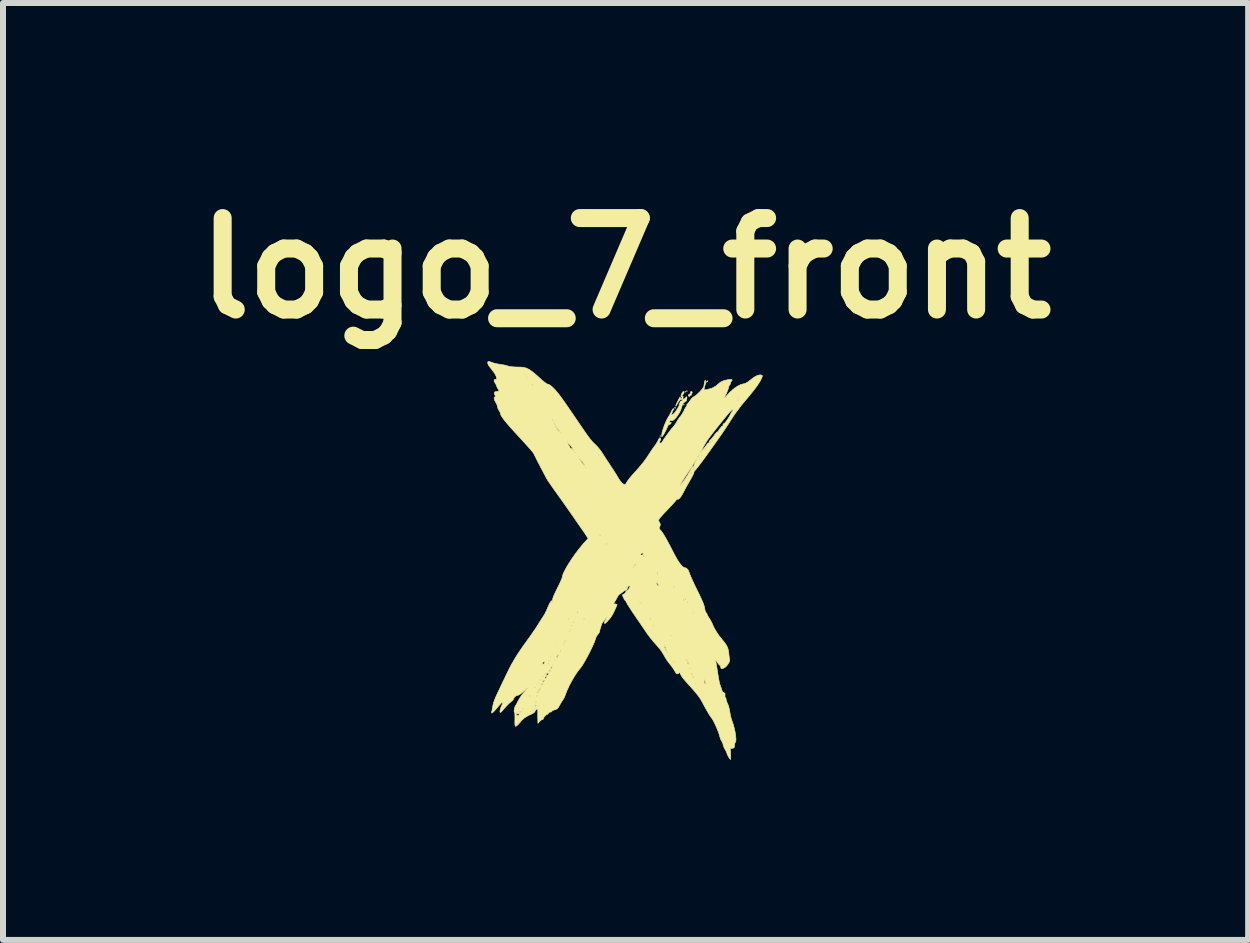
<source format=kicad_pcb>
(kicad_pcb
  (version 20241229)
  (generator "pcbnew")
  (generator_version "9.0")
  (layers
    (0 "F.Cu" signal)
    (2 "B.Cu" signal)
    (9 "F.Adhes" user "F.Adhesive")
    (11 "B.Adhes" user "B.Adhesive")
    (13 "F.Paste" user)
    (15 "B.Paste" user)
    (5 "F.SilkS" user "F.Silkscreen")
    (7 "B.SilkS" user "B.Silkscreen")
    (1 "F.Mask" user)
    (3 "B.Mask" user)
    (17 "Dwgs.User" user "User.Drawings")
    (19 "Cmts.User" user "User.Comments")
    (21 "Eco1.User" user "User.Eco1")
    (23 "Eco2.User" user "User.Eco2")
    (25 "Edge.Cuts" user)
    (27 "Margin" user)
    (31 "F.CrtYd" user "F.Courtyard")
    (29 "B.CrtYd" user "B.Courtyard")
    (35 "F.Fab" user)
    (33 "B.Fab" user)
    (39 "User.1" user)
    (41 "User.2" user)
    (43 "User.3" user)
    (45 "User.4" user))
  (footprint "logo_7_front"
    (layer "F.Cu")
    (at 7.373 6.498)
    (property "Reference" "logo_7_front" (at 0 -5.08 0) (layer "F.SilkS") (effects (font (size 1.524 1.524) (thickness 0.3))))
    (attr through_hole)
    (fp_poly (pts (xy 0.584 -2.283) (xy 0.578 -2.277) (xy 0.572 -2.283) (xy 0.578 -2.289) (xy 0.584 -2.283)) (stroke (width 0.01) (type solid)) (fill yes) (layer "F.SilkS"))
    (fp_poly (pts (xy 0.902 -2.816) (xy 0.895 -2.81) (xy 0.889 -2.816) (xy 0.895 -2.823) (xy 0.902 -2.816)) (stroke (width 0.01) (type solid)) (fill yes) (layer "F.SilkS"))
    (fp_poly (pts (xy 0.978 -2.804) (xy 0.972 -2.797) (xy 0.965 -2.804) (xy 0.972 -2.81) (xy 0.978 -2.804)) (stroke (width 0.01) (type solid)) (fill yes) (layer "F.SilkS"))
    (fp_poly (pts (xy 1.003 -3.02) (xy 0.997 -3.013) (xy 0.991 -3.02) (xy 0.997 -3.026) (xy 1.003 -3.02)) (stroke (width 0.01) (type solid)) (fill yes) (layer "F.SilkS"))
    (fp_poly (pts (xy 1.029 -3.032) (xy 1.022 -3.026) (xy 1.016 -3.032) (xy 1.022 -3.039) (xy 1.029 -3.032)) (stroke (width 0.01) (type solid)) (fill yes) (layer "F.SilkS"))
    (fp_poly (pts (xy 0.834 -2.755) (xy 0.832 -2.747) (xy 0.826 -2.747) (xy 0.815 -2.751) (xy 0.817 -2.755) (xy 0.832 -2.756) (xy 0.834 -2.755)) (stroke (width 0.01) (type solid)) (fill yes) (layer "F.SilkS"))
    (fp_poly (pts (xy 1.368 -3.195) (xy 1.365 -3.191) (xy 1.353 -3.179) (xy 1.351 -3.178) (xy 1.35 -3.187) (xy 1.353 -3.191) (xy 1.365 -3.203) (xy 1.367 -3.204) (xy 1.368 -3.195)) (stroke (width 0.01) (type solid)) (fill yes) (layer "F.SilkS"))
    (fp_poly (pts (xy 1.108 -3.018) (xy 1.111 -3.002) (xy 1.105 -2.994) (xy 1.097 -2.979) (xy 1.099 -2.974) (xy 1.096 -2.964) (xy 1.086 -2.962) (xy 1.071 -2.957) (xy 1.072 -2.952) (xy 1.068 -2.942) (xy 1.061 -2.941) (xy 1.048 -2.951) (xy 1.047 -2.961) (xy 1.059 -2.979) (xy 1.068 -2.982) (xy 1.081 -2.992) (xy 1.082 -3.004) (xy 1.085 -3.022) (xy 1.091 -3.026) (xy 1.108 -3.018)) (stroke (width 0.01) (type solid)) (fill yes) (layer "F.SilkS"))
    (fp_poly (pts (xy 0.977 -3.018) (xy 0.973 -2.998) (xy 0.959 -2.98) (xy 0.944 -2.96) (xy 0.94 -2.945) (xy 0.947 -2.941) (xy 0.952 -2.943) (xy 0.96 -2.941) (xy 0.958 -2.932) (xy 0.954 -2.906) (xy 0.966 -2.896) (xy 0.987 -2.907) (xy 0.99 -2.911) (xy 1.009 -2.93) (xy 1.02 -2.937) (xy 1.023 -2.927) (xy 1.021 -2.904) (xy 1.015 -2.886) (xy 1.014 -2.871) (xy 1.005 -2.861) (xy 0.99 -2.854) (xy 0.964 -2.834) (xy 0.944 -2.794) (xy 0.934 -2.759) (xy 0.92 -2.717) (xy 0.898 -2.671) (xy 0.869 -2.627) (xy 0.839 -2.587) (xy 0.809 -2.557) (xy 0.784 -2.539) (xy 0.765 -2.54) (xy 0.762 -2.543) (xy 0.751 -2.549) (xy 0.738 -2.533) (xy 0.736 -2.53) (xy 0.727 -2.51) (xy 0.733 -2.506) (xy 0.741 -2.509) (xy 0.759 -2.511) (xy 0.762 -2.506) (xy 0.754 -2.49) (xy 0.737 -2.476) (xy 0.723 -2.473) (xy 0.721 -2.474) (xy 0.714 -2.467) (xy 0.701 -2.442) (xy 0.692 -2.421) (xy 0.674 -2.381) (xy 0.651 -2.336) (xy 0.626 -2.296) (xy 0.606 -2.269) (xy 0.605 -2.268) (xy 0.604 -2.277) (xy 0.604 -2.303) (xy 0.604 -2.312) (xy 0.611 -2.351) (xy 0.627 -2.404) (xy 0.648 -2.464) (xy 0.673 -2.523) (xy 0.697 -2.572) (xy 0.712 -2.598) (xy 0.733 -2.631) (xy 0.755 -2.674) (xy 0.762 -2.69) (xy 0.781 -2.726) (xy 0.797 -2.74) (xy 0.802 -2.739) (xy 0.807 -2.727) (xy 0.793 -2.713) (xy 0.779 -2.697) (xy 0.779 -2.687) (xy 0.778 -2.673) (xy 0.766 -2.655) (xy 0.753 -2.637) (xy 0.758 -2.633) (xy 0.784 -2.643) (xy 0.792 -2.646) (xy 0.812 -2.663) (xy 0.837 -2.696) (xy 0.864 -2.736) (xy 0.887 -2.777) (xy 0.903 -2.814) (xy 0.907 -2.838) (xy 0.907 -2.841) (xy 0.912 -2.857) (xy 0.926 -2.864) (xy 0.948 -2.876) (xy 0.95 -2.888) (xy 0.932 -2.894) (xy 0.927 -2.894) (xy 0.903 -2.881) (xy 0.878 -2.847) (xy 0.875 -2.842) (xy 0.852 -2.8) (xy 0.839 -2.781) (xy 0.836 -2.785) (xy 0.846 -2.811) (xy 0.862 -2.846) (xy 0.882 -2.887) (xy 0.899 -2.919) (xy 0.909 -2.935) (xy 0.909 -2.935) (xy 0.913 -2.935) (xy 0.91 -2.929) (xy 0.912 -2.913) (xy 0.921 -2.907) (xy 0.936 -2.909) (xy 0.94 -2.925) (xy 0.931 -2.941) (xy 0.928 -2.943) (xy 0.925 -2.957) (xy 0.933 -2.982) (xy 0.946 -3.008) (xy 0.961 -3.024) (xy 0.966 -3.026) (xy 0.977 -3.018)) (stroke (width 0.01) (type solid)) (fill yes) (layer "F.SilkS"))
    (fp_poly (pts (xy -2.272 -3.525) (xy -2.242 -3.515) (xy -2.228 -3.51) (xy -2.187 -3.496) (xy -2.134 -3.484) (xy -2.102 -3.479) (xy -2.048 -3.471) (xy -1.995 -3.46) (xy -1.97 -3.452) (xy -1.92 -3.44) (xy -1.853 -3.434) (xy -1.798 -3.432) (xy -1.746 -3.431) (xy -1.703 -3.427) (xy -1.663 -3.418) (xy -1.625 -3.402) (xy -1.584 -3.377) (xy -1.535 -3.341) (xy -1.477 -3.291) (xy -1.405 -3.227) (xy -1.389 -3.212) (xy -1.35 -3.18) (xy -1.317 -3.156) (xy -1.295 -3.145) (xy -1.29 -3.144) (xy -1.273 -3.14) (xy -1.245 -3.121) (xy -1.216 -3.096) (xy -1.192 -3.072) (xy -1.168 -3.047) (xy -1.144 -3.019) (xy -1.117 -2.986) (xy -1.087 -2.946) (xy -1.051 -2.897) (xy -1.007 -2.835) (xy -0.955 -2.76) (xy -0.893 -2.67) (xy -0.819 -2.561) (xy -0.781 -2.505) (xy -0.72 -2.416) (xy -0.67 -2.344) (xy -0.631 -2.288) (xy -0.598 -2.244) (xy -0.57 -2.21) (xy -0.545 -2.181) (xy -0.521 -2.157) (xy -0.5 -2.138) (xy -0.463 -2.099) (xy -0.421 -2.048) (xy -0.384 -1.995) (xy -0.381 -1.989) (xy -0.349 -1.939) (xy -0.309 -1.877) (xy -0.266 -1.812) (xy -0.24 -1.773) (xy -0.204 -1.718) (xy -0.17 -1.665) (xy -0.143 -1.622) (xy -0.129 -1.597) (xy -0.097 -1.545) (xy -0.062 -1.503) (xy -0.03 -1.477) (xy -0.023 -1.473) (xy -0.005 -1.475) (xy 0.013 -1.498) (xy 0.019 -1.511) (xy 0.037 -1.539) (xy 0.068 -1.58) (xy 0.106 -1.626) (xy 0.13 -1.652) (xy 0.22 -1.752) (xy 0.294 -1.841) (xy 0.353 -1.922) (xy 0.356 -1.927) (xy 1.198 -1.927) (xy 1.199 -1.921) (xy 1.209 -1.931) (xy 1.219 -1.946) (xy 1.222 -1.953) (xy 1.257 -1.953) (xy 1.264 -1.946) (xy 1.27 -1.953) (xy 1.264 -1.959) (xy 1.257 -1.953) (xy 1.222 -1.953) (xy 1.227 -1.966) (xy 1.226 -1.972) (xy 1.216 -1.962) (xy 1.206 -1.946) (xy 1.198 -1.927) (xy 0.356 -1.927) (xy 0.385 -1.971) (xy 0.404 -1.999) (xy 1.245 -1.999) (xy 1.247 -2.002) (xy 1.265 -2.026) (xy 1.277 -2.042) (xy 1.308 -2.042) (xy 1.314 -2.035) (xy 1.321 -2.042) (xy 1.314 -2.048) (xy 1.308 -2.042) (xy 1.277 -2.042) (xy 1.291 -2.059) (xy 1.298 -2.067) (xy 1.321 -2.067) (xy 1.327 -2.061) (xy 1.333 -2.067) (xy 1.327 -2.073) (xy 1.321 -2.067) (xy 1.298 -2.067) (xy 1.305 -2.077) (xy 1.328 -2.105) (xy 1.346 -2.105) (xy 1.353 -2.099) (xy 1.359 -2.105) (xy 1.353 -2.111) (xy 1.346 -2.105) (xy 1.328 -2.105) (xy 1.332 -2.111) (xy 1.354 -2.141) (xy 1.355 -2.143) (xy 1.372 -2.143) (xy 1.378 -2.137) (xy 1.384 -2.143) (xy 1.378 -2.15) (xy 1.372 -2.143) (xy 1.355 -2.143) (xy 1.36 -2.152) (xy 1.376 -2.167) (xy 1.387 -2.167) (xy 1.395 -2.166) (xy 1.394 -2.169) (xy 1.41 -2.169) (xy 1.416 -2.162) (xy 1.422 -2.169) (xy 1.416 -2.175) (xy 1.41 -2.169) (xy 1.394 -2.169) (xy 1.392 -2.173) (xy 1.394 -2.191) (xy 1.405 -2.207) (xy 1.41 -2.207) (xy 1.416 -2.2) (xy 1.422 -2.207) (xy 1.435 -2.207) (xy 1.441 -2.2) (xy 1.448 -2.207) (xy 1.441 -2.213) (xy 1.435 -2.207) (xy 1.422 -2.207) (xy 1.416 -2.213) (xy 1.41 -2.207) (xy 1.405 -2.207) (xy 1.411 -2.214) (xy 1.413 -2.216) (xy 1.437 -2.243) (xy 1.439 -2.245) (xy 1.46 -2.245) (xy 1.467 -2.239) (xy 1.473 -2.245) (xy 1.467 -2.251) (xy 1.46 -2.245) (xy 1.439 -2.245) (xy 1.468 -2.281) (xy 1.485 -2.305) (xy 1.51 -2.336) (xy 1.532 -2.354) (xy 1.542 -2.357) (xy 1.549 -2.355) (xy 1.547 -2.358) (xy 1.549 -2.373) (xy 1.565 -2.397) (xy 1.569 -2.402) (xy 1.59 -2.427) (xy 1.6 -2.444) (xy 1.6 -2.445) (xy 1.608 -2.45) (xy 1.613 -2.448) (xy 1.624 -2.447) (xy 1.624 -2.45) (xy 1.624 -2.476) (xy 1.632 -2.488) (xy 1.637 -2.487) (xy 1.648 -2.494) (xy 1.668 -2.517) (xy 1.693 -2.55) (xy 1.718 -2.589) (xy 1.74 -2.627) (xy 1.756 -2.659) (xy 1.759 -2.667) (xy 1.768 -2.687) (xy 1.776 -2.691) (xy 1.783 -2.697) (xy 1.786 -2.715) (xy 1.785 -2.723) (xy 1.778 -2.723) (xy 1.764 -2.712) (xy 1.742 -2.689) (xy 1.71 -2.653) (xy 1.667 -2.601) (xy 1.612 -2.533) (xy 1.543 -2.447) (xy 1.529 -2.429) (xy 1.466 -2.35) (xy 1.417 -2.285) (xy 1.377 -2.232) (xy 1.345 -2.184) (xy 1.317 -2.138) (xy 1.289 -2.088) (xy 1.278 -2.067) (xy 1.258 -2.029) (xy 1.247 -2.005) (xy 1.245 -1.999) (xy 0.404 -1.999) (xy 0.418 -2.021) (xy 0.453 -2.073) (xy 0.479 -2.108) (xy 0.509 -2.151) (xy 0.535 -2.195) (xy 0.546 -2.216) (xy 0.561 -2.245) (xy 0.573 -2.254) (xy 0.582 -2.247) (xy 0.589 -2.227) (xy 0.578 -2.206) (xy 0.562 -2.18) (xy 0.564 -2.167) (xy 0.584 -2.166) (xy 0.605 -2.172) (xy 0.61 -2.18) (xy 0.617 -2.195) (xy 0.636 -2.226) (xy 0.664 -2.266) (xy 0.696 -2.311) (xy 0.73 -2.356) (xy 0.76 -2.396) (xy 0.785 -2.425) (xy 0.795 -2.435) (xy 0.818 -2.463) (xy 0.842 -2.501) (xy 0.85 -2.514) (xy 0.876 -2.559) (xy 0.907 -2.603) (xy 0.915 -2.611) (xy 0.944 -2.651) (xy 0.969 -2.695) (xy 0.973 -2.704) (xy 0.991 -2.741) (xy 1.009 -2.771) (xy 1.013 -2.775) (xy 1.024 -2.792) (xy 1.021 -2.797) (xy 1.018 -2.803) (xy 1.023 -2.807) (xy 1.037 -2.822) (xy 1.06 -2.851) (xy 1.078 -2.877) (xy 1.08 -2.88) (xy 1.867 -2.88) (xy 1.873 -2.873) (xy 1.88 -2.88) (xy 1.873 -2.886) (xy 1.867 -2.88) (xy 1.08 -2.88) (xy 1.1 -2.905) (xy 1.88 -2.905) (xy 1.886 -2.899) (xy 1.892 -2.905) (xy 1.886 -2.912) (xy 1.88 -2.905) (xy 1.1 -2.905) (xy 1.103 -2.91) (xy 1.126 -2.931) (xy 1.137 -2.937) (xy 1.154 -2.946) (xy 1.183 -2.969) (xy 1.218 -3.002) (xy 1.232 -3.015) (xy 1.272 -3.059) (xy 1.297 -3.092) (xy 1.307 -3.119) (xy 1.309 -3.133) (xy 1.313 -3.17) (xy 1.32 -3.197) (xy 1.327 -3.212) (xy 1.332 -3.206) (xy 1.336 -3.188) (xy 1.338 -3.162) (xy 1.333 -3.15) (xy 1.326 -3.137) (xy 1.317 -3.107) (xy 1.315 -3.098) (xy 1.306 -3.049) (xy 1.361 -3.058) (xy 1.441 -3.08) (xy 1.509 -3.119) (xy 1.543 -3.149) (xy 1.586 -3.183) (xy 1.637 -3.206) (xy 1.704 -3.221) (xy 1.73 -3.225) (xy 1.765 -3.226) (xy 1.777 -3.217) (xy 1.767 -3.198) (xy 1.759 -3.191) (xy 1.747 -3.173) (xy 1.748 -3.163) (xy 1.746 -3.146) (xy 1.739 -3.14) (xy 1.725 -3.12) (xy 1.718 -3.096) (xy 1.71 -3.066) (xy 1.694 -3.025) (xy 1.679 -2.99) (xy 1.656 -2.942) (xy 1.644 -2.914) (xy 1.643 -2.906) (xy 1.653 -2.916) (xy 1.674 -2.941) (xy 1.679 -2.947) (xy 1.735 -3.009) (xy 1.796 -3.064) (xy 1.858 -3.109) (xy 1.916 -3.139) (xy 1.966 -3.153) (xy 1.973 -3.153) (xy 2.001 -3.162) (xy 2.04 -3.185) (xy 2.071 -3.209) (xy 2.14 -3.262) (xy 2.198 -3.293) (xy 2.244 -3.302) (xy 2.255 -3.3) (xy 2.275 -3.293) (xy 2.28 -3.282) (xy 2.272 -3.258) (xy 2.268 -3.248) (xy 2.241 -3.195) (xy 2.2 -3.131) (xy 2.143 -3.053) (xy 2.069 -2.961) (xy 2 -2.879) (xy 1.963 -2.835) (xy 1.929 -2.794) (xy 1.905 -2.762) (xy 1.899 -2.754) (xy 1.872 -2.717) (xy 1.847 -2.685) (xy 1.83 -2.661) (xy 1.803 -2.622) (xy 1.77 -2.571) (xy 1.734 -2.515) (xy 1.728 -2.505) (xy 1.691 -2.449) (xy 1.646 -2.381) (xy 1.594 -2.305) (xy 1.537 -2.224) (xy 1.478 -2.14) (xy 1.418 -2.056) (xy 1.36 -1.975) (xy 1.305 -1.899) (xy 1.255 -1.832) (xy 1.212 -1.776) (xy 1.179 -1.734) (xy 1.158 -1.709) (xy 1.152 -1.704) (xy 1.141 -1.687) (xy 1.14 -1.685) (xy 1.136 -1.663) (xy 1.121 -1.63) (xy 1.096 -1.583) (xy 1.064 -1.527) (xy 1.031 -1.469) (xy 0.996 -1.406) (xy 0.967 -1.349) (xy 0.965 -1.346) (xy 0.933 -1.288) (xy 0.904 -1.249) (xy 0.878 -1.229) (xy 0.862 -1.23) (xy 0.851 -1.229) (xy 0.851 -1.226) (xy 0.843 -1.213) (xy 0.82 -1.186) (xy 0.787 -1.149) (xy 0.749 -1.108) (xy 0.683 -1.038) (xy 0.632 -0.985) (xy 0.596 -0.945) (xy 0.571 -0.916) (xy 0.557 -0.896) (xy 0.551 -0.881) (xy 0.552 -0.869) (xy 0.557 -0.858) (xy 0.565 -0.846) (xy 0.579 -0.816) (xy 0.576 -0.789) (xy 0.573 -0.782) (xy 0.563 -0.76) (xy 0.561 -0.745) (xy 0.57 -0.728) (xy 0.593 -0.702) (xy 0.599 -0.695) (xy 0.619 -0.667) (xy 0.647 -0.622) (xy 0.68 -0.566) (xy 0.714 -0.503) (xy 0.722 -0.488) (xy 0.756 -0.424) (xy 0.787 -0.363) (xy 0.814 -0.311) (xy 0.834 -0.275) (xy 0.837 -0.269) (xy 0.869 -0.213) (xy 0.903 -0.163) (xy 0.935 -0.123) (xy 0.962 -0.099) (xy 0.976 -0.092) (xy 1.014 -0.081) (xy 1.044 -0.05) (xy 1.062 -0.007) (xy 1.07 0.018) (xy 1.088 0.061) (xy 1.114 0.119) (xy 1.145 0.187) (xy 1.181 0.261) (xy 1.191 0.281) (xy 1.239 0.378) (xy 1.274 0.456) (xy 1.299 0.515) (xy 1.313 0.559) (xy 1.318 0.584) (xy 1.325 0.623) (xy 1.336 0.651) (xy 1.341 0.658) (xy 1.357 0.679) (xy 1.359 0.688) (xy 1.366 0.706) (xy 1.383 0.736) (xy 1.395 0.753) (xy 1.422 0.798) (xy 1.447 0.848) (xy 1.453 0.863) (xy 1.478 0.917) (xy 1.515 0.98) (xy 1.558 1.044) (xy 1.601 1.098) (xy 1.651 1.159) (xy 1.685 1.21) (xy 1.707 1.261) (xy 1.718 1.316) (xy 1.721 1.343) (xy 1.726 1.39) (xy 1.731 1.427) (xy 1.735 1.446) (xy 1.735 1.447) (xy 1.734 1.467) (xy 1.72 1.497) (xy 1.698 1.53) (xy 1.673 1.56) (xy 1.653 1.575) (xy 1.616 1.593) (xy 1.595 1.594) (xy 1.588 1.578) (xy 1.587 1.573) (xy 1.582 1.55) (xy 1.576 1.544) (xy 1.563 1.532) (xy 1.542 1.506) (xy 1.53 1.489) (xy 1.51 1.46) (xy 1.501 1.45) (xy 1.501 1.459) (xy 1.504 1.476) (xy 1.511 1.509) (xy 1.519 1.556) (xy 1.525 1.597) (xy 1.54 1.691) (xy 1.552 1.763) (xy 1.562 1.817) (xy 1.572 1.855) (xy 1.581 1.882) (xy 1.581 1.883) (xy 1.596 1.921) (xy 1.605 1.954) (xy 1.62 1.983) (xy 1.639 1.994) (xy 1.657 2.005) (xy 1.658 2.028) (xy 1.657 2.033) (xy 1.656 2.059) (xy 1.663 2.073) (xy 1.674 2.091) (xy 1.676 2.106) (xy 1.682 2.135) (xy 1.696 2.169) (xy 1.696 2.17) (xy 1.708 2.194) (xy 1.717 2.218) (xy 1.724 2.247) (xy 1.733 2.29) (xy 1.741 2.337) (xy 1.751 2.388) (xy 1.764 2.436) (xy 1.772 2.458) (xy 1.794 2.521) (xy 1.813 2.589) (xy 1.827 2.656) (xy 1.836 2.718) (xy 1.84 2.77) (xy 1.837 2.806) (xy 1.829 2.822) (xy 1.82 2.839) (xy 1.816 2.87) (xy 1.816 2.873) (xy 1.813 2.903) (xy 1.8 2.916) (xy 1.781 2.92) (xy 1.746 2.924) (xy 1.751 3.016) (xy 1.752 3.061) (xy 1.751 3.093) (xy 1.749 3.108) (xy 1.749 3.108) (xy 1.739 3.098) (xy 1.722 3.074) (xy 1.716 3.063) (xy 1.699 3.031) (xy 1.689 3.007) (xy 1.689 3.003) (xy 1.682 2.983) (xy 1.666 2.952) (xy 1.657 2.937) (xy 1.638 2.9) (xy 1.627 2.868) (xy 1.626 2.859) (xy 1.618 2.83) (xy 1.602 2.802) (xy 1.584 2.769) (xy 1.571 2.728) (xy 1.569 2.721) (xy 1.559 2.684) (xy 1.541 2.633) (xy 1.517 2.576) (xy 1.491 2.518) (xy 1.466 2.467) (xy 1.444 2.429) (xy 1.434 2.416) (xy 1.413 2.388) (xy 1.385 2.343) (xy 1.383 2.34) (xy 1.397 2.34) (xy 1.403 2.346) (xy 1.41 2.34) (xy 1.403 2.333) (xy 1.397 2.34) (xy 1.383 2.34) (xy 1.351 2.285) (xy 1.315 2.221) (xy 1.281 2.156) (xy 1.277 2.149) (xy 1.257 2.112) (xy 1.231 2.073) (xy 1.197 2.028) (xy 1.154 1.975) (xy 1.097 1.91) (xy 1.038 1.845) (xy 1.156 1.845) (xy 1.162 1.851) (xy 1.168 1.845) (xy 1.162 1.838) (xy 1.156 1.845) (xy 1.038 1.845) (xy 1.026 1.831) (xy 1.013 1.816) (xy 0.99 1.79) (xy 1.308 1.79) (xy 1.313 1.82) (xy 1.317 1.834) (xy 1.325 1.85) (xy 1.329 1.842) (xy 1.331 1.835) (xy 1.328 1.806) (xy 1.322 1.791) (xy 1.312 1.776) (xy 1.309 1.783) (xy 1.308 1.79) (xy 0.99 1.79) (xy 0.975 1.773) (xy 0.947 1.737) (xy 1.118 1.737) (xy 1.122 1.747) (xy 1.126 1.745) (xy 1.128 1.73) (xy 1.126 1.728) (xy 1.119 1.73) (xy 1.118 1.737) (xy 0.947 1.737) (xy 0.944 1.733) (xy 0.924 1.703) (xy 0.919 1.691) (xy 0.913 1.677) (xy 1.094 1.677) (xy 1.097 1.684) (xy 1.11 1.697) (xy 1.117 1.695) (xy 1.118 1.693) (xy 1.109 1.682) (xy 1.103 1.678) (xy 1.094 1.677) (xy 0.913 1.677) (xy 0.909 1.665) (xy 0.894 1.663) (xy 0.88 1.675) (xy 0.86 1.682) (xy 0.839 1.666) (xy 0.819 1.631) (xy 0.801 1.601) (xy 0.794 1.591) (xy 1.067 1.591) (xy 1.073 1.597) (xy 1.079 1.591) (xy 1.073 1.584) (xy 1.067 1.591) (xy 0.794 1.591) (xy 0.773 1.561) (xy 0.739 1.518) (xy 0.738 1.517) (xy 0.718 1.49) (xy 1.03 1.49) (xy 1.037 1.51) (xy 1.046 1.521) (xy 1.046 1.521) (xy 1.048 1.51) (xy 1.045 1.495) (xy 1.037 1.477) (xy 1.032 1.475) (xy 1.03 1.49) (xy 0.718 1.49) (xy 0.707 1.476) (xy 0.8 1.476) (xy 0.806 1.483) (xy 0.813 1.476) (xy 0.806 1.47) (xy 0.8 1.476) (xy 0.707 1.476) (xy 0.7 1.466) (xy 0.689 1.451) (xy 1.016 1.451) (xy 1.022 1.457) (xy 1.029 1.451) (xy 1.022 1.444) (xy 1.016 1.451) (xy 0.689 1.451) (xy 0.662 1.409) (xy 0.637 1.364) (xy 0.613 1.324) (xy 0.686 1.324) (xy 0.692 1.33) (xy 0.699 1.324) (xy 0.692 1.317) (xy 0.686 1.324) (xy 0.613 1.324) (xy 0.607 1.313) (xy 0.564 1.256) (xy 0.521 1.206) (xy 0.64 1.206) (xy 0.646 1.231) (xy 0.658 1.26) (xy 0.67 1.286) (xy 0.68 1.3) (xy 0.682 1.3) (xy 0.681 1.286) (xy 0.675 1.269) (xy 0.667 1.247) (xy 0.669 1.237) (xy 0.667 1.229) (xy 0.662 1.229) (xy 0.652 1.222) (xy 0.654 1.217) (xy 0.652 1.2) (xy 0.649 1.198) (xy 0.64 1.2) (xy 0.64 1.206) (xy 0.521 1.206) (xy 0.516 1.2) (xy 0.512 1.196) (xy 0.465 1.143) (xy 0.413 1.08) (xy 0.386 1.044) (xy 0.749 1.044) (xy 0.756 1.051) (xy 0.762 1.044) (xy 0.756 1.038) (xy 0.749 1.044) (xy 0.386 1.044) (xy 0.365 1.017) (xy 0.349 0.993) (xy 0.316 0.944) (xy 0.272 0.879) (xy 0.457 0.879) (xy 0.464 0.886) (xy 0.47 0.879) (xy 0.464 0.873) (xy 0.457 0.879) (xy 0.272 0.879) (xy 0.272 0.879) (xy 0.223 0.807) (xy 0.194 0.765) (xy 0.406 0.765) (xy 0.413 0.771) (xy 0.419 0.765) (xy 0.413 0.759) (xy 0.406 0.765) (xy 0.194 0.765) (xy 0.177 0.74) (xy 0.394 0.74) (xy 0.4 0.746) (xy 0.406 0.74) (xy 0.4 0.733) (xy 0.394 0.74) (xy 0.177 0.74) (xy 0.172 0.733) (xy 0.143 0.69) (xy 0.114 0.648) (xy 1.12 0.648) (xy 1.123 0.655) (xy 1.136 0.669) (xy 1.143 0.666) (xy 1.143 0.664) (xy 1.134 0.653) (xy 1.128 0.65) (xy 1.12 0.648) (xy 0.114 0.648) (xy 0.101 0.628) (xy 0.065 0.573) (xy 0.037 0.528) (xy 0.034 0.524) (xy 0.267 0.524) (xy 0.273 0.53) (xy 0.279 0.524) (xy 1.041 0.524) (xy 1.048 0.53) (xy 1.054 0.524) (xy 1.048 0.517) (xy 1.041 0.524) (xy 0.279 0.524) (xy 0.273 0.517) (xy 0.267 0.524) (xy 0.034 0.524) (xy 0.019 0.497) (xy 0.013 0.483) (xy 0.006 0.468) (xy 0.003 0.467) (xy 0.229 0.467) (xy 0.233 0.473) (xy 0.24 0.482) (xy 0.258 0.502) (xy 0.266 0.502) (xy 0.267 0.5) (xy 0.258 0.489) (xy 0.254 0.486) (xy 1.029 0.486) (xy 1.035 0.492) (xy 1.041 0.486) (xy 1.035 0.479) (xy 1.029 0.486) (xy 0.254 0.486) (xy 0.244 0.478) (xy 0.238 0.473) (xy 0.991 0.473) (xy 0.997 0.479) (xy 1.003 0.473) (xy 0.997 0.467) (xy 0.991 0.473) (xy 0.238 0.473) (xy 0.229 0.467) (xy 0.003 0.467) (xy 0.002 0.467) (xy -0.008 0.456) (xy -0.014 0.448) (xy 0.965 0.448) (xy 0.972 0.454) (xy 0.978 0.448) (xy 0.972 0.441) (xy 0.965 0.448) (xy -0.014 0.448) (xy -0.024 0.432) (xy -0.03 0.419) (xy 0.98 0.419) (xy 0.983 0.427) (xy 0.996 0.44) (xy 1.003 0.437) (xy 1.003 0.436) (xy 0.994 0.425) (xy 0.989 0.421) (xy 0.98 0.419) (xy -0.03 0.419) (xy -0.039 0.402) (xy -0.049 0.375) (xy -0.05 0.371) (xy 0.94 0.371) (xy 0.946 0.378) (xy 0.953 0.371) (xy 0.946 0.365) (xy 0.94 0.371) (xy -0.05 0.371) (xy -0.051 0.366) (xy -0.04 0.355) (xy -0.025 0.349) (xy -0.005 0.335) (xy 0 0.322) (xy 0.008 0.304) (xy 0.016 0.301) (xy 0.033 0.292) (xy 0.053 0.267) (xy 0.054 0.265) (xy 0.071 0.233) (xy 0.072 0.232) (xy 0.8 0.232) (xy 0.806 0.238) (xy 0.813 0.232) (xy 0.806 0.225) (xy 0.8 0.232) (xy 0.072 0.232) (xy 0.074 0.218) (xy 0.064 0.213) (xy 0.058 0.213) (xy 0.043 0.224) (xy 0.032 0.25) (xy 0.032 0.251) (xy 0.023 0.279) (xy 0.007 0.288) (xy -0.007 0.288) (xy -0.02 0.295) (xy -0.044 0.313) (xy -0.052 0.32) (xy -0.079 0.341) (xy -0.099 0.352) (xy -0.101 0.352) (xy -0.113 0.363) (xy -0.13 0.389) (xy -0.139 0.406) (xy -0.161 0.447) (xy -0.182 0.482) (xy -0.188 0.491) (xy -0.202 0.513) (xy -0.201 0.518) (xy -0.187 0.514) (xy -0.169 0.513) (xy -0.165 0.519) (xy -0.157 0.526) (xy -0.152 0.524) (xy -0.143 0.52) (xy -0.141 0.526) (xy -0.148 0.546) (xy -0.164 0.583) (xy -0.184 0.627) (xy -0.209 0.679) (xy -0.234 0.721) (xy -0.264 0.761) (xy -0.306 0.808) (xy -0.323 0.826) (xy -0.343 0.841) (xy -0.353 0.837) (xy -0.352 0.819) (xy -0.338 0.791) (xy -0.334 0.786) (xy -0.309 0.75) (xy -0.3 0.734) (xy -0.307 0.737) (xy -0.33 0.76) (xy -0.341 0.771) (xy -0.37 0.807) (xy -0.393 0.841) (xy -0.401 0.86) (xy -0.412 0.898) (xy -0.42 0.921) (xy -0.429 0.954) (xy -0.432 0.973) (xy -0.441 0.997) (xy -0.462 1.024) (xy -0.462 1.024) (xy -0.486 1.057) (xy -0.501 1.097) (xy -0.501 1.097) (xy -0.512 1.132) (xy -0.533 1.183) (xy -0.562 1.246) (xy -0.596 1.316) (xy -0.633 1.387) (xy -0.67 1.455) (xy -0.705 1.514) (xy -0.734 1.56) (xy -0.753 1.584) (xy -0.798 1.64) (xy -0.846 1.713) (xy -0.895 1.796) (xy -0.94 1.881) (xy -0.977 1.961) (xy -0.996 2.012) (xy -1.013 2.056) (xy -1.031 2.093) (xy -1.04 2.107) (xy -1.059 2.135) (xy -1.083 2.175) (xy -1.098 2.203) (xy -1.121 2.242) (xy -1.141 2.264) (xy -1.166 2.275) (xy -1.177 2.278) (xy -1.208 2.288) (xy -1.227 2.302) (xy -1.228 2.304) (xy -1.243 2.317) (xy -1.252 2.316) (xy -1.271 2.32) (xy -1.284 2.335) (xy -1.297 2.353) (xy -1.304 2.354) (xy -1.316 2.358) (xy -1.335 2.375) (xy -1.355 2.398) (xy -1.369 2.421) (xy -1.372 2.431) (xy -1.378 2.443) (xy -1.384 2.442) (xy -1.399 2.445) (xy -1.422 2.464) (xy -1.428 2.47) (xy -1.46 2.505) (xy -1.463 2.403) (xy -1.463 2.352) (xy -1.463 2.31) (xy -1.463 2.283) (xy -1.463 2.28) (xy -1.467 2.265) (xy -1.481 2.267) (xy -1.498 2.284) (xy -1.505 2.298) (xy -1.513 2.312) (xy -1.523 2.324) (xy -1.54 2.336) (xy -1.57 2.352) (xy -1.618 2.374) (xy -1.626 2.378) (xy -1.684 2.413) (xy -1.737 2.462) (xy -1.756 2.486) (xy -1.787 2.521) (xy -1.814 2.546) (xy -1.831 2.555) (xy -1.832 2.555) (xy -1.84 2.542) (xy -1.844 2.511) (xy -1.844 2.457) (xy -1.843 2.435) (xy -1.843 2.378) (xy -1.845 2.343) (xy -1.827 2.343) (xy -1.823 2.365) (xy -1.801 2.372) (xy -1.797 2.372) (xy -1.775 2.367) (xy -1.773 2.353) (xy -1.774 2.352) (xy -1.785 2.34) (xy -1.797 2.347) (xy -1.812 2.352) (xy -1.82 2.337) (xy -1.824 2.327) (xy -1.765 2.327) (xy -1.759 2.333) (xy -1.753 2.327) (xy -1.759 2.321) (xy -1.765 2.327) (xy -1.824 2.327) (xy -1.825 2.325) (xy -1.827 2.336) (xy -1.827 2.343) (xy -1.845 2.343) (xy -1.845 2.339) (xy -1.85 2.321) (xy -1.852 2.321) (xy -1.856 2.31) (xy -1.856 2.302) (xy -1.765 2.302) (xy -1.759 2.308) (xy -1.753 2.302) (xy -1.74 2.302) (xy -1.734 2.308) (xy -1.727 2.302) (xy -1.587 2.302) (xy -1.581 2.308) (xy -1.575 2.302) (xy -1.581 2.295) (xy -1.587 2.302) (xy -1.727 2.302) (xy -1.734 2.295) (xy -1.74 2.302) (xy -1.753 2.302) (xy -1.759 2.295) (xy -1.765 2.302) (xy -1.856 2.302) (xy -1.855 2.289) (xy -1.562 2.289) (xy -1.556 2.295) (xy -1.549 2.289) (xy -1.556 2.283) (xy -1.562 2.289) (xy -1.855 2.289) (xy -1.855 2.284) (xy -1.851 2.264) (xy -1.714 2.264) (xy -1.708 2.27) (xy -1.702 2.264) (xy -1.524 2.264) (xy -1.518 2.27) (xy -1.511 2.264) (xy -1.518 2.257) (xy -1.524 2.264) (xy -1.702 2.264) (xy -1.708 2.257) (xy -1.714 2.264) (xy -1.851 2.264) (xy -1.849 2.253) (xy -1.841 2.224) (xy -1.839 2.221) (xy -1.511 2.221) (xy -1.503 2.228) (xy -1.499 2.226) (xy -1.46 2.226) (xy -1.454 2.232) (xy -1.448 2.226) (xy -1.454 2.219) (xy -1.46 2.226) (xy -1.499 2.226) (xy -1.486 2.209) (xy -1.486 2.205) (xy -1.494 2.198) (xy -1.499 2.2) (xy -1.511 2.217) (xy -1.511 2.221) (xy -1.839 2.221) (xy -1.831 2.207) (xy -1.831 2.207) (xy -1.821 2.193) (xy -1.805 2.162) (xy -1.799 2.149) (xy -1.499 2.149) (xy -1.492 2.156) (xy -1.486 2.149) (xy -1.492 2.143) (xy -1.499 2.149) (xy -1.799 2.149) (xy -1.786 2.124) (xy -1.758 2.076) (xy -1.738 2.048) (xy -1.6 2.048) (xy -1.594 2.054) (xy -1.587 2.048) (xy -1.486 2.048) (xy -1.48 2.054) (xy -1.473 2.048) (xy -1.48 2.041) (xy -1.486 2.048) (xy -1.587 2.048) (xy -1.594 2.041) (xy -1.6 2.048) (xy -1.738 2.048) (xy -1.719 2.021) (xy -1.71 2.01) (xy -1.575 2.01) (xy -1.568 2.016) (xy -1.562 2.01) (xy -1.568 2.003) (xy -1.575 2.01) (xy -1.71 2.01) (xy -1.703 2.002) (xy -1.468 2.002) (xy -1.467 2.003) (xy -1.458 1.993) (xy -1.443 1.967) (xy -1.434 1.949) (xy -1.422 1.922) (xy -1.42 1.911) (xy -1.425 1.914) (xy -1.44 1.935) (xy -1.454 1.962) (xy -1.465 1.987) (xy -1.468 2.002) (xy -1.703 2.002) (xy -1.676 1.97) (xy -1.672 1.966) (xy -1.639 1.93) (xy -1.623 1.911) (xy -1.625 1.91) (xy -1.645 1.925) (xy -1.684 1.958) (xy -1.718 1.989) (xy -1.753 2.017) (xy -1.784 2.034) (xy -1.801 2.039) (xy -1.823 2.045) (xy -1.847 2.065) (xy -1.864 2.091) (xy -1.867 2.103) (xy -1.877 2.118) (xy -1.901 2.139) (xy -1.91 2.146) (xy -1.938 2.17) (xy -1.975 2.206) (xy -2.014 2.249) (xy -2.021 2.257) (xy -2.054 2.296) (xy -2.075 2.317) (xy -2.087 2.323) (xy -2.092 2.316) (xy -2.093 2.311) (xy -2.09 2.284) (xy -2.079 2.245) (xy -2.066 2.214) (xy -2.049 2.173) (xy -2.047 2.154) (xy -2.058 2.156) (xy -2.083 2.179) (xy -2.122 2.224) (xy -2.14 2.246) (xy -2.181 2.294) (xy -2.211 2.323) (xy -2.228 2.333) (xy -2.233 2.323) (xy -2.23 2.311) (xy -2.224 2.285) (xy -2.217 2.247) (xy -2.216 2.238) (xy -2.208 2.198) (xy -2.198 2.16) (xy -2.184 2.118) (xy -2.164 2.068) (xy -2.135 2.005) (xy -2.097 1.925) (xy -2.095 1.921) (xy -2.089 1.908) (xy -1.511 1.908) (xy -1.505 1.914) (xy -1.499 1.908) (xy -1.505 1.902) (xy -1.511 1.908) (xy -2.089 1.908) (xy -2.076 1.882) (xy -1.41 1.882) (xy -1.404 1.883) (xy -1.392 1.869) (xy -1.38 1.848) (xy -1.38 1.839) (xy -1.39 1.842) (xy -1.402 1.859) (xy -1.409 1.879) (xy -1.41 1.882) (xy -2.076 1.882) (xy -2.071 1.87) (xy -1.486 1.87) (xy -1.48 1.876) (xy -1.473 1.87) (xy -1.48 1.864) (xy -1.486 1.87) (xy -2.071 1.87) (xy -2.06 1.848) (xy -2.052 1.832) (xy -1.46 1.832) (xy -1.454 1.838) (xy -1.448 1.832) (xy -1.454 1.825) (xy -1.46 1.832) (xy -2.052 1.832) (xy -2.045 1.816) (xy -1.384 1.816) (xy -1.377 1.82) (xy -1.365 1.813) (xy -1.349 1.794) (xy -1.346 1.784) (xy -1.354 1.78) (xy -1.365 1.787) (xy -1.381 1.807) (xy -1.384 1.816) (xy -2.045 1.816) (xy -2.028 1.781) (xy -1.422 1.781) (xy -1.416 1.787) (xy -1.41 1.781) (xy -1.416 1.775) (xy -1.422 1.781) (xy -2.028 1.781) (xy -2.024 1.773) (xy -2.01 1.744) (xy -1.342 1.744) (xy -1.34 1.75) (xy -1.328 1.757) (xy -1.32 1.747) (xy -1.317 1.73) (xy -1.322 1.726) (xy -1.341 1.727) (xy -1.342 1.744) (xy -2.01 1.744) (xy -2.004 1.73) (xy -1.384 1.73) (xy -1.378 1.737) (xy -1.372 1.73) (xy -1.378 1.724) (xy -1.384 1.73) (xy -2.004 1.73) (xy -1.992 1.706) (xy -1.328 1.706) (xy -1.322 1.71) (xy -1.312 1.709) (xy -1.291 1.695) (xy -1.285 1.682) (xy -1.286 1.663) (xy -1.298 1.664) (xy -1.316 1.683) (xy -1.319 1.687) (xy -1.328 1.706) (xy -1.992 1.706) (xy -1.991 1.703) (xy -1.985 1.692) (xy -1.359 1.692) (xy -1.353 1.698) (xy -1.346 1.692) (xy -1.353 1.686) (xy -1.359 1.692) (xy -1.985 1.692) (xy -1.973 1.667) (xy -1.346 1.667) (xy -1.34 1.673) (xy -1.333 1.667) (xy -1.34 1.66) (xy -1.346 1.667) (xy -1.973 1.667) (xy -1.967 1.654) (xy -1.676 1.654) (xy -1.67 1.66) (xy -1.664 1.654) (xy -1.67 1.648) (xy -1.676 1.654) (xy -1.967 1.654) (xy -1.963 1.647) (xy -1.963 1.645) (xy -1.279 1.645) (xy -1.278 1.648) (xy -1.267 1.639) (xy -1.257 1.629) (xy -1.25 1.613) (xy -1.254 1.61) (xy -1.27 1.62) (xy -1.275 1.629) (xy -1.279 1.645) (xy -1.963 1.645) (xy -1.958 1.635) (xy -1.936 1.591) (xy -1.25 1.591) (xy -1.246 1.597) (xy -1.232 1.587) (xy -1.227 1.576) (xy -1.221 1.555) (xy -1.228 1.554) (xy -1.242 1.572) (xy -1.25 1.591) (xy -1.936 1.591) (xy -1.909 1.538) (xy -1.901 1.524) (xy -1.391 1.524) (xy -1.386 1.528) (xy -1.385 1.527) (xy -1.219 1.527) (xy -1.213 1.533) (xy -1.206 1.527) (xy -1.213 1.521) (xy -1.219 1.527) (xy -1.385 1.527) (xy -1.372 1.521) (xy -1.351 1.502) (xy -1.351 1.502) (xy -1.295 1.502) (xy -1.289 1.508) (xy -1.283 1.502) (xy -1.289 1.495) (xy -1.295 1.502) (xy -1.351 1.502) (xy -1.346 1.489) (xy -1.351 1.471) (xy -1.364 1.475) (xy -1.38 1.497) (xy -1.382 1.502) (xy -1.391 1.524) (xy -1.901 1.524) (xy -1.866 1.464) (xy -1.283 1.464) (xy -1.276 1.47) (xy -1.276 1.469) (xy -1.191 1.469) (xy -1.189 1.47) (xy -1.177 1.461) (xy -1.175 1.457) (xy -1.172 1.445) (xy -1.173 1.444) (xy -1.185 1.453) (xy -1.187 1.457) (xy -1.191 1.469) (xy -1.276 1.469) (xy -1.27 1.464) (xy -1.276 1.457) (xy -1.283 1.464) (xy -1.866 1.464) (xy -1.854 1.441) (xy -1.828 1.4) (xy -1.257 1.4) (xy -1.251 1.406) (xy -1.248 1.403) (xy -1.151 1.403) (xy -1.149 1.417) (xy -1.142 1.412) (xy -1.126 1.385) (xy -1.123 1.378) (xy -1.11 1.351) (xy -1.109 1.345) (xy -1.121 1.356) (xy -1.127 1.362) (xy -1.145 1.386) (xy -1.151 1.403) (xy -1.248 1.403) (xy -1.245 1.4) (xy -1.251 1.394) (xy -1.257 1.4) (xy -1.828 1.4) (xy -1.79 1.339) (xy -1.762 1.298) (xy -1.092 1.298) (xy -1.086 1.305) (xy -1.079 1.298) (xy -1.086 1.292) (xy -1.092 1.298) (xy -1.762 1.298) (xy -1.714 1.228) (xy -1.691 1.197) (xy -1.168 1.197) (xy -1.162 1.203) (xy -1.156 1.197) (xy -1.162 1.19) (xy -1.168 1.197) (xy -1.691 1.197) (xy -1.682 1.184) (xy -1.041 1.184) (xy -1.035 1.19) (xy -1.029 1.184) (xy -1.035 1.178) (xy -1.041 1.184) (xy -1.682 1.184) (xy -1.664 1.159) (xy -1.029 1.159) (xy -1.022 1.165) (xy -1.016 1.159) (xy -1.022 1.152) (xy -1.029 1.159) (xy -1.664 1.159) (xy -1.648 1.137) (xy -1.646 1.133) (xy -1.016 1.133) (xy -1.01 1.14) (xy -1.003 1.133) (xy -1.01 1.127) (xy -1.016 1.133) (xy -1.646 1.133) (xy -1.628 1.108) (xy -1.003 1.108) (xy -0.997 1.114) (xy -0.991 1.108) (xy -0.997 1.102) (xy -1.003 1.108) (xy -1.628 1.108) (xy -1.599 1.069) (xy -1.551 0.999) (xy -1.53 0.968) (xy -0.94 0.968) (xy -0.933 0.975) (xy -0.927 0.968) (xy -0.933 0.962) (xy -0.94 0.968) (xy -1.53 0.968) (xy -1.512 0.943) (xy -0.927 0.943) (xy -0.921 0.949) (xy -0.914 0.943) (xy -0.921 0.936) (xy -0.927 0.943) (xy -1.512 0.943) (xy -1.506 0.934) (xy -1.47 0.879) (xy -0.902 0.879) (xy -0.895 0.886) (xy -0.889 0.879) (xy -0.895 0.873) (xy -0.902 0.879) (xy -1.47 0.879) (xy -1.47 0.879) (xy -1.454 0.854) (xy -1.446 0.841) (xy -1.003 0.841) (xy -0.997 0.848) (xy -0.991 0.841) (xy -0.889 0.841) (xy -0.883 0.848) (xy -0.876 0.841) (xy -0.883 0.835) (xy -0.889 0.841) (xy -0.991 0.841) (xy -0.997 0.835) (xy -1.003 0.841) (xy -1.446 0.841) (xy -1.431 0.816) (xy -0.876 0.816) (xy -0.87 0.822) (xy -0.864 0.816) (xy -0.87 0.809) (xy -0.876 0.816) (xy -1.431 0.816) (xy -1.423 0.804) (xy -1.398 0.765) (xy -0.953 0.765) (xy -0.946 0.771) (xy -0.94 0.765) (xy -0.699 0.765) (xy -0.692 0.771) (xy -0.686 0.765) (xy -0.692 0.759) (xy -0.699 0.765) (xy -0.94 0.765) (xy -0.946 0.759) (xy -0.953 0.765) (xy -1.398 0.765) (xy -1.394 0.758) (xy -1.373 0.727) (xy -0.838 0.727) (xy -0.832 0.733) (xy -0.826 0.727) (xy -0.832 0.721) (xy -0.838 0.727) (xy -1.373 0.727) (xy -1.371 0.723) (xy -1.365 0.714) (xy -1.346 0.683) (xy -1.336 0.663) (xy -0.813 0.663) (xy -0.806 0.67) (xy -0.8 0.663) (xy -0.806 0.657) (xy -0.813 0.663) (xy -1.336 0.663) (xy -1.324 0.638) (xy -0.8 0.638) (xy -0.794 0.644) (xy -0.787 0.638) (xy -0.794 0.632) (xy -0.8 0.638) (xy -1.324 0.638) (xy -1.323 0.638) (xy -1.302 0.588) (xy -1.302 0.587) (xy -1.274 0.524) (xy -1.253 0.486) (xy -1.232 0.486) (xy -1.226 0.492) (xy -1.219 0.486) (xy -1.226 0.479) (xy -1.232 0.486) (xy -1.253 0.486) (xy -1.25 0.481) (xy -1.23 0.461) (xy -1.219 0.461) (xy -1.213 0.456) (xy -1.215 0.443) (xy -1.212 0.422) (xy -1.198 0.383) (xy -1.174 0.33) (xy -1.142 0.265) (xy -1.138 0.257) (xy 0 0.257) (xy 0.006 0.263) (xy 0.013 0.257) (xy 0.006 0.251) (xy 0 0.257) (xy -1.138 0.257) (xy -1.138 0.256) (xy -1.126 0.232) (xy 0.013 0.232) (xy 0.019 0.238) (xy 0.025 0.232) (xy 0.019 0.225) (xy 0.013 0.232) (xy -1.126 0.232) (xy -1.108 0.196) (xy -1.088 0.154) (xy 0.512 0.154) (xy 0.513 0.168) (xy 0.526 0.193) (xy 0.526 0.194) (xy 0.543 0.215) (xy 0.555 0.221) (xy 0.555 0.22) (xy 0.554 0.206) (xy 0.541 0.181) (xy 0.54 0.18) (xy 0.524 0.159) (xy 0.512 0.154) (xy 0.512 0.154) (xy -1.088 0.154) (xy -1.083 0.142) (xy -1.064 0.099) (xy -1.055 0.073) (xy -1.054 0.068) (xy -1.046 0.032) (xy -1.034 0.004) (xy 0.522 0.004) (xy 0.529 0.024) (xy 0.538 0.035) (xy 0.538 0.035) (xy 0.54 0.025) (xy 0.537 0.009) (xy 0.529 -0.009) (xy 0.524 -0.011) (xy 0.522 0.004) (xy -1.034 0.004) (xy -1.024 -0.02) (xy -0.99 -0.084) (xy -0.982 -0.099) (xy 0.127 -0.099) (xy 0.133 -0.092) (xy 0.14 -0.099) (xy 0.133 -0.105) (xy 0.127 -0.099) (xy -0.982 -0.099) (xy -0.963 -0.13) (xy 0.146 -0.13) (xy 0.147 -0.119) (xy 0.152 -0.118) (xy 0.165 -0.127) (xy 0.165 -0.13) (xy 0.161 -0.143) (xy 0.159 -0.143) (xy 0.149 -0.134) (xy 0.146 -0.13) (xy -0.963 -0.13) (xy -0.947 -0.157) (xy -0.896 -0.235) (xy -0.856 -0.292) (xy 0.294 -0.292) (xy 0.297 -0.285) (xy 0.31 -0.271) (xy 0.317 -0.274) (xy 0.318 -0.276) (xy 0.308 -0.286) (xy 0.303 -0.29) (xy 0.294 -0.292) (xy -0.856 -0.292) (xy -0.841 -0.314) (xy 0.254 -0.314) (xy 0.256 -0.298) (xy 0.269 -0.298) (xy 0.285 -0.303) (xy 0.298 -0.316) (xy 0.291 -0.329) (xy 0.272 -0.334) (xy 0.256 -0.323) (xy 0.254 -0.314) (xy -0.841 -0.314) (xy -0.84 -0.316) (xy -0.781 -0.394) (xy -0.721 -0.468) (xy -0.705 -0.486) (xy -0.318 -0.486) (xy -0.313 -0.475) (xy -0.309 -0.477) (xy -0.308 -0.493) (xy -0.309 -0.494) (xy -0.317 -0.493) (xy -0.318 -0.486) (xy -0.705 -0.486) (xy -0.674 -0.521) (xy -0.623 -0.576) (xy -0.659 -0.631) (xy -0.659 -0.632) (xy -0.432 -0.632) (xy -0.425 -0.626) (xy -0.419 -0.632) (xy -0.425 -0.638) (xy -0.432 -0.632) (xy -0.659 -0.632) (xy -0.686 -0.672) (xy -0.712 -0.71) (xy -0.721 -0.723) (xy -0.739 -0.747) (xy -0.766 -0.787) (xy -0.801 -0.837) (xy -0.839 -0.892) (xy -0.841 -0.895) (xy -0.877 -0.948) (xy -0.925 -1.016) (xy -0.979 -1.093) (xy -1.036 -1.174) (xy -1.092 -1.253) (xy -1.1 -1.264) (xy -1.15 -1.334) (xy -1.198 -1.401) (xy -1.236 -1.456) (xy 0.905 -1.456) (xy 0.906 -1.451) (xy 0.915 -1.461) (xy 0.935 -1.487) (xy 0.963 -1.526) (xy 0.988 -1.562) (xy 1.023 -1.615) (xy 1.048 -1.655) (xy 1.083 -1.655) (xy 1.084 -1.654) (xy 1.096 -1.663) (xy 1.099 -1.667) (xy 1.102 -1.679) (xy 1.1 -1.68) (xy 1.088 -1.671) (xy 1.086 -1.667) (xy 1.083 -1.655) (xy 1.048 -1.655) (xy 1.055 -1.667) (xy 1.081 -1.709) (xy 1.089 -1.724) (xy 1.118 -1.724) (xy 1.124 -1.718) (xy 1.13 -1.724) (xy 1.124 -1.73) (xy 1.118 -1.724) (xy 1.089 -1.724) (xy 1.091 -1.727) (xy 1.1 -1.744) (xy 1.133 -1.744) (xy 1.135 -1.743) (xy 1.147 -1.752) (xy 1.149 -1.756) (xy 1.153 -1.768) (xy 1.151 -1.769) (xy 1.139 -1.76) (xy 1.137 -1.756) (xy 1.133 -1.744) (xy 1.1 -1.744) (xy 1.109 -1.759) (xy 1.125 -1.778) (xy 1.131 -1.781) (xy 1.141 -1.788) (xy 1.14 -1.791) (xy 1.144 -1.807) (xy 1.157 -1.837) (xy 1.166 -1.854) (xy 1.183 -1.889) (xy 1.219 -1.889) (xy 1.226 -1.883) (xy 1.232 -1.889) (xy 1.226 -1.896) (xy 1.219 -1.889) (xy 1.183 -1.889) (xy 1.184 -1.89) (xy 1.189 -1.906) (xy 1.184 -1.902) (xy 1.168 -1.88) (xy 1.145 -1.839) (xy 1.121 -1.8) (xy 1.088 -1.747) (xy 1.05 -1.689) (xy 1.022 -1.648) (xy 0.976 -1.577) (xy 0.94 -1.521) (xy 0.916 -1.48) (xy 0.905 -1.456) (xy -1.236 -1.456) (xy -1.239 -1.461) (xy -1.273 -1.508) (xy -1.295 -1.541) (xy -1.299 -1.549) (xy -1.315 -1.575) (xy -1.339 -1.62) (xy -1.369 -1.677) (xy -1.403 -1.741) (xy -1.414 -1.762) (xy -0.673 -1.762) (xy -0.667 -1.756) (xy -0.66 -1.762) (xy -0.667 -1.769) (xy -0.673 -1.762) (xy -1.414 -1.762) (xy -1.438 -1.809) (xy -1.472 -1.873) (xy -1.492 -1.915) (xy -0.779 -1.915) (xy -0.749 -1.87) (xy -0.719 -1.828) (xy -0.696 -1.799) (xy -0.681 -1.785) (xy -0.677 -1.786) (xy -0.686 -1.805) (xy -0.695 -1.82) (xy -0.72 -1.856) (xy -0.748 -1.887) (xy -0.772 -1.908) (xy -0.406 -1.908) (xy -0.402 -1.898) (xy -0.398 -1.9) (xy -0.396 -1.915) (xy -0.398 -1.917) (xy -0.405 -1.915) (xy -0.406 -1.908) (xy -0.772 -1.908) (xy -0.779 -1.915) (xy -1.492 -1.915) (xy -1.5 -1.931) (xy -1.511 -1.953) (xy -0.8 -1.953) (xy -0.794 -1.946) (xy -0.787 -1.953) (xy -0.794 -1.959) (xy -0.8 -1.953) (xy -1.511 -1.953) (xy -1.517 -1.965) (xy -0.457 -1.965) (xy -0.451 -1.959) (xy -0.445 -1.965) (xy -0.451 -1.972) (xy -0.457 -1.965) (xy -1.517 -1.965) (xy -1.523 -1.976) (xy -1.531 -1.993) (xy -1.542 -2.009) (xy -1.55 -2.019) (xy -0.849 -2.019) (xy -0.846 -2.012) (xy -0.833 -1.998) (xy -0.826 -2.001) (xy -0.826 -2.003) (xy -0.835 -2.014) (xy -0.84 -2.017) (xy -0.849 -2.019) (xy -1.55 -2.019) (xy -1.569 -2.041) (xy -1.569 -2.042) (xy -0.902 -2.042) (xy -0.895 -2.035) (xy -0.889 -2.042) (xy -0.895 -2.048) (xy -0.902 -2.042) (xy -1.569 -2.042) (xy -1.608 -2.086) (xy -1.658 -2.142) (xy -1.679 -2.166) (xy -0.965 -2.166) (xy -0.958 -2.148) (xy -0.941 -2.122) (xy -0.94 -2.121) (xy -0.926 -2.097) (xy -0.924 -2.08) (xy -0.924 -2.079) (xy -0.924 -2.075) (xy -0.918 -2.078) (xy -0.9 -2.076) (xy -0.887 -2.062) (xy -0.873 -2.044) (xy -0.866 -2.041) (xy -0.869 -2.054) (xy -0.87 -2.054) (xy -0.457 -2.054) (xy -0.451 -2.048) (xy -0.445 -2.054) (xy -0.451 -2.061) (xy -0.457 -2.054) (xy -0.87 -2.054) (xy -0.883 -2.078) (xy -0.885 -2.081) (xy -0.902 -2.105) (xy -0.508 -2.105) (xy -0.502 -2.099) (xy -0.495 -2.105) (xy -0.502 -2.111) (xy -0.508 -2.105) (xy -0.902 -2.105) (xy -0.909 -2.114) (xy -0.933 -2.143) (xy -0.953 -2.163) (xy -0.964 -2.168) (xy -0.965 -2.166) (xy -1.679 -2.166) (xy -1.705 -2.194) (xy -0.978 -2.194) (xy -0.972 -2.188) (xy -0.965 -2.194) (xy -0.972 -2.2) (xy -0.978 -2.194) (xy -1.705 -2.194) (xy -1.715 -2.205) (xy -1.777 -2.272) (xy -1.865 -2.368) (xy -1.937 -2.448) (xy -1.939 -2.451) (xy -1.164 -2.451) (xy -1.163 -2.436) (xy -1.15 -2.41) (xy -1.13 -2.381) (xy -1.108 -2.358) (xy -1.106 -2.356) (xy -1.086 -2.343) (xy -1.084 -2.345) (xy -1.099 -2.365) (xy -1.116 -2.385) (xy -1.14 -2.415) (xy -1.154 -2.438) (xy -1.156 -2.444) (xy -1.161 -2.453) (xy -1.164 -2.451) (xy -1.939 -2.451) (xy -1.958 -2.473) (xy -1.181 -2.473) (xy -1.175 -2.467) (xy -1.168 -2.473) (xy -1.175 -2.48) (xy -1.181 -2.473) (xy -1.958 -2.473) (xy -1.98 -2.499) (xy -1.194 -2.499) (xy -1.187 -2.493) (xy -1.181 -2.499) (xy -1.187 -2.505) (xy -1.194 -2.499) (xy -1.98 -2.499) (xy -1.993 -2.514) (xy -2.001 -2.524) (xy -1.206 -2.524) (xy -1.2 -2.518) (xy -1.194 -2.524) (xy -1.2 -2.531) (xy -1.206 -2.524) (xy -2.001 -2.524) (xy -2.021 -2.55) (xy -1.219 -2.55) (xy -1.213 -2.543) (xy -1.206 -2.55) (xy -1.213 -2.556) (xy -1.219 -2.55) (xy -2.021 -2.55) (xy -2.034 -2.566) (xy -2.062 -2.606) (xy -2.073 -2.626) (xy -1.257 -2.626) (xy -1.251 -2.619) (xy -1.245 -2.626) (xy -1.251 -2.632) (xy -1.257 -2.626) (xy -2.073 -2.626) (xy -2.078 -2.636) (xy -2.083 -2.657) (xy -2.091 -2.68) (xy -2.108 -2.708) (xy -2.126 -2.741) (xy -2.133 -2.771) (xy -2.141 -2.801) (xy -2.159 -2.837) (xy -2.166 -2.849) (xy -2.185 -2.885) (xy -2.19 -2.915) (xy -2.181 -2.934) (xy -2.17 -2.937) (xy -2.167 -2.946) (xy -2.176 -2.964) (xy -2.189 -2.995) (xy -2.18 -3.017) (xy -2.149 -3.026) (xy -2.145 -3.026) (xy -2.116 -3.029) (xy -2.11 -3.042) (xy -2.125 -3.068) (xy -2.127 -3.071) (xy -2.142 -3.097) (xy -2.146 -3.112) (xy -2.153 -3.133) (xy -2.154 -3.134) (xy -1.562 -3.134) (xy -1.556 -3.127) (xy -1.549 -3.134) (xy -1.556 -3.14) (xy -1.562 -3.134) (xy -2.154 -3.134) (xy -2.171 -3.161) (xy -2.173 -3.165) (xy -2.189 -3.195) (xy -2.19 -3.217) (xy -2.177 -3.227) (xy -2.164 -3.224) (xy -2.149 -3.226) (xy -2.147 -3.245) (xy -2.151 -3.263) (xy -1.647 -3.263) (xy -1.645 -3.255) (xy -1.638 -3.255) (xy -1.628 -3.259) (xy -1.63 -3.263) (xy -1.645 -3.264) (xy -1.647 -3.263) (xy -2.151 -3.263) (xy -2.155 -3.276) (xy -2.173 -3.312) (xy -2.18 -3.325) (xy -2.211 -3.367) (xy -2.245 -3.412) (xy -2.256 -3.425) (xy -2.286 -3.467) (xy -2.298 -3.501) (xy -2.292 -3.523) (xy -2.289 -3.526) (xy -2.272 -3.525)) (stroke (width 0.01) (type solid)) (fill yes) (layer "F.SilkS")))
  (gr_rect
    (start -3 -3)
    (end 17.747 12.611)
    (stroke (width 0.1) (type default))
    (fill no)
    (layer "Edge.Cuts")))
</source>
